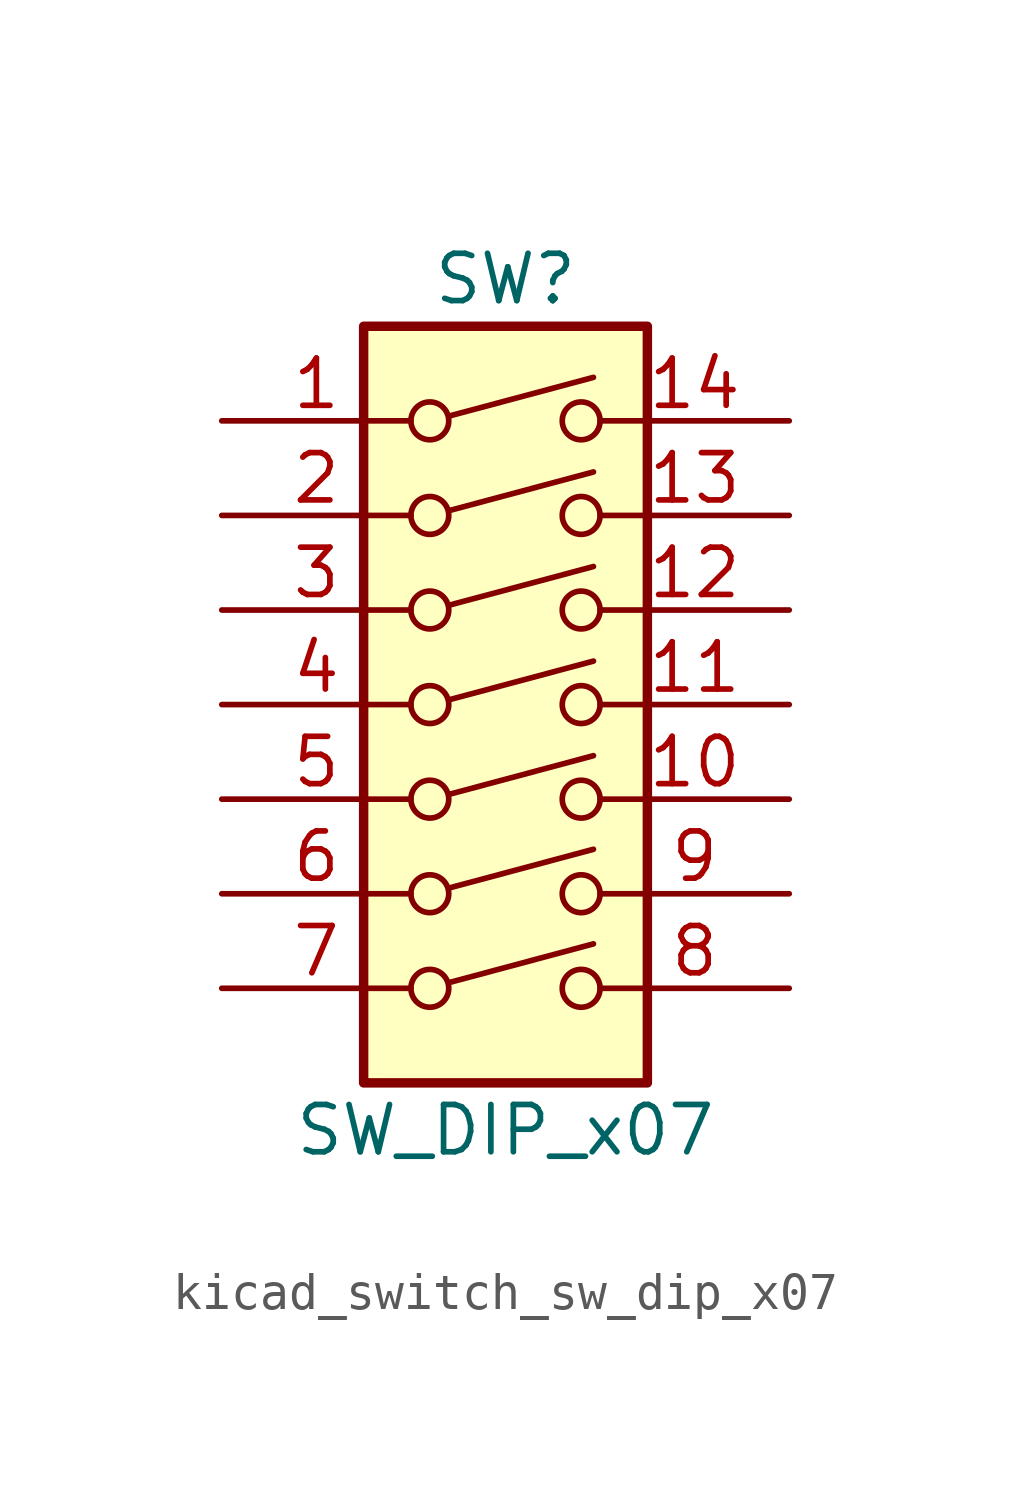
<source format=kicad_sym>
(kicad_symbol_lib
  (version 20220914)
  (generator kicad_symbol_editor)
  (symbol "kicad_switch_sw_dip_x07"
    (pin_names
      (offset 0) hide)
    (property "Reference" "SW"
      (at 0 13.97 0)
      (effects (font (size 1.27 1.27))))
    (property "Value" "SW_DIP_x07"
      (at 0 -8.89 0)
      (effects (font (size 1.27 1.27))))
    (symbol "kicad_switch_sw_dip_x07_0_0"
      (circle (center -2.032 -5.08) (radius 0.508) (stroke (width 0) (type default)) (fill (type none)))
      (circle (center -2.032 -2.54) (radius 0.508) (stroke (width 0) (type default)) (fill (type none)))
      (circle (center -2.032 0) (radius 0.508) (stroke (width 0) (type default)) (fill (type none)))
      (circle (center -2.032 2.54) (radius 0.508) (stroke (width 0) (type default)) (fill (type none)))
      (circle (center -2.032 5.08) (radius 0.508) (stroke (width 0) (type default)) (fill (type none)))
      (circle (center -2.032 7.62) (radius 0.508) (stroke (width 0) (type default)) (fill (type none)))
      (circle (center -2.032 10.16) (radius 0.508) (stroke (width 0) (type default)) (fill (type none)))
      (polyline (pts (xy -1.524 -4.928) (xy 2.362 -3.886)) (stroke (width 0) (type default)) (fill (type none)))
      (polyline (pts (xy -1.524 -2.388) (xy 2.362 -1.346)) (stroke (width 0) (type default)) (fill (type none)))
      (polyline (pts (xy -1.524 0.127) (xy 2.362 1.168)) (stroke (width 0) (type default)) (fill (type none)))
      (polyline (pts (xy -1.524 2.667) (xy 2.362 3.708)) (stroke (width 0) (type default)) (fill (type none)))
      (polyline (pts (xy -1.524 5.207) (xy 2.362 6.248)) (stroke (width 0) (type default)) (fill (type none)))
      (polyline (pts (xy -1.524 7.747) (xy 2.362 8.788)) (stroke (width 0) (type default)) (fill (type none)))
      (polyline (pts (xy -1.524 10.287) (xy 2.362 11.328)) (stroke (width 0) (type default)) (fill (type none)))
      (circle (center 2.032 -5.08) (radius 0.508) (stroke (width 0) (type default)) (fill (type none)))
      (circle (center 2.032 -2.54) (radius 0.508) (stroke (width 0) (type default)) (fill (type none)))
      (circle (center 2.032 0) (radius 0.508) (stroke (width 0) (type default)) (fill (type none)))
      (circle (center 2.032 2.54) (radius 0.508) (stroke (width 0) (type default)) (fill (type none)))
      (circle (center 2.032 5.08) (radius 0.508) (stroke (width 0) (type default)) (fill (type none)))
      (circle (center 2.032 7.62) (radius 0.508) (stroke (width 0) (type default)) (fill (type none)))
      (circle (center 2.032 10.16) (radius 0.508) (stroke (width 0) (type default)) (fill (type none))))
    (symbol "kicad_switch_sw_dip_x07_0_1"
      (rectangle (start -3.81 12.7) (end 3.81 -7.62) (stroke (width 0.254) (type default)) (fill (type background))))
    (symbol "kicad_switch_sw_dip_x07_1_1"
      (pin passive line (at -7.62 10.16 0) (length 5.08) (name "~" (effects (font (size 1.27 1.27)))) (number "1" (effects (font (size 1.27 1.27)))))
      (pin passive line (at 7.62 0 180) (length 5.08) (name "~" (effects (font (size 1.27 1.27)))) (number "10" (effects (font (size 1.27 1.27)))))
      (pin passive line (at 7.62 2.54 180) (length 5.08) (name "~" (effects (font (size 1.27 1.27)))) (number "11" (effects (font (size 1.27 1.27)))))
      (pin passive line (at 7.62 5.08 180) (length 5.08) (name "~" (effects (font (size 1.27 1.27)))) (number "12" (effects (font (size 1.27 1.27)))))
      (pin passive line (at 7.62 7.62 180) (length 5.08) (name "~" (effects (font (size 1.27 1.27)))) (number "13" (effects (font (size 1.27 1.27)))))
      (pin passive line (at 7.62 10.16 180) (length 5.08) (name "~" (effects (font (size 1.27 1.27)))) (number "14" (effects (font (size 1.27 1.27)))))
      (pin passive line (at -7.62 7.62 0) (length 5.08) (name "~" (effects (font (size 1.27 1.27)))) (number "2" (effects (font (size 1.27 1.27)))))
      (pin passive line (at -7.62 5.08 0) (length 5.08) (name "~" (effects (font (size 1.27 1.27)))) (number "3" (effects (font (size 1.27 1.27)))))
      (pin passive line (at -7.62 2.54 0) (length 5.08) (name "~" (effects (font (size 1.27 1.27)))) (number "4" (effects (font (size 1.27 1.27)))))
      (pin passive line (at -7.62 0 0) (length 5.08) (name "~" (effects (font (size 1.27 1.27)))) (number "5" (effects (font (size 1.27 1.27)))))
      (pin passive line (at -7.62 -2.54 0) (length 5.08) (name "~" (effects (font (size 1.27 1.27)))) (number "6" (effects (font (size 1.27 1.27)))))
      (pin passive line (at -7.62 -5.08 0) (length 5.08) (name "~" (effects (font (size 1.27 1.27)))) (number "7" (effects (font (size 1.27 1.27)))))
      (pin passive line (at 7.62 -5.08 180) (length 5.08) (name "~" (effects (font (size 1.27 1.27)))) (number "8" (effects (font (size 1.27 1.27)))))
      (pin passive line (at 7.62 -2.54 180) (length 5.08) (name "~" (effects (font (size 1.27 1.27)))) (number "9" (effects (font (size 1.27 1.27))))))))
</source>
